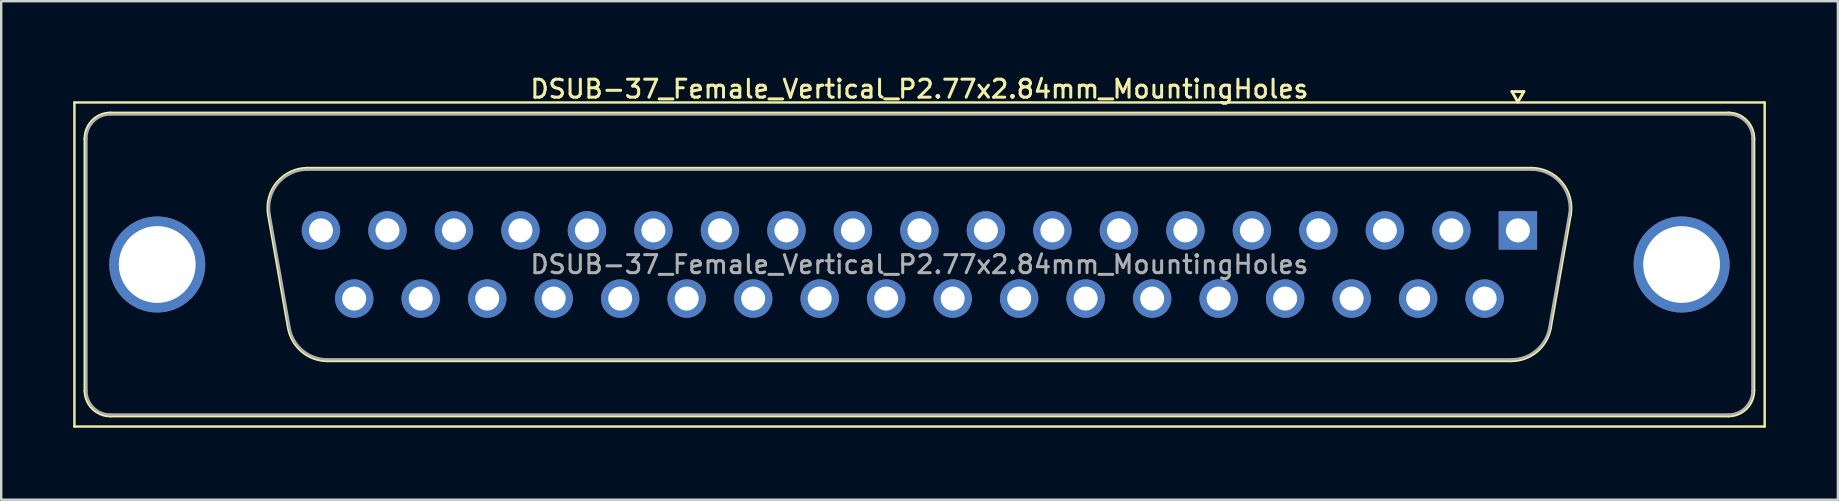
<source format=kicad_pcb>
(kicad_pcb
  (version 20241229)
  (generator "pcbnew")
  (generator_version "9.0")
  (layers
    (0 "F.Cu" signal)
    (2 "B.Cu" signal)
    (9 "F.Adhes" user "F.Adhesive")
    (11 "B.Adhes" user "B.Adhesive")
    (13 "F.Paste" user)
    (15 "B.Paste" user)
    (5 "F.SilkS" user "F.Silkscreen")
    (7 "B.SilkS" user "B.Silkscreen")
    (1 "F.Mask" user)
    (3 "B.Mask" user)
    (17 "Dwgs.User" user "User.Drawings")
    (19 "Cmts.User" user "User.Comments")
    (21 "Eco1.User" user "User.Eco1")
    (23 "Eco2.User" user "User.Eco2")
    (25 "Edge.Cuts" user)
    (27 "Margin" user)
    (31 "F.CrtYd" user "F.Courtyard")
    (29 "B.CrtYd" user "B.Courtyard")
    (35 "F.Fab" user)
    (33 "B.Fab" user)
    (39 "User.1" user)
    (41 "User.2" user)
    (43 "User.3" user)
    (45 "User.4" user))
  (footprint "DSUB-37_Female_Vertical_P2.77x2.84mm_MountingHoles"
    (layer "F.Cu")
    (at 60.18 6.548)
    (property "Reference" "DSUB-37_Female_Vertical_P2.77x2.84mm_MountingHoles" (at -24.93 -5.89 0) (layer "F.SilkS") (effects (font (size 0.75 0.75) (thickness 0.125))))
    (attr through_hole)
    (fp_line (start -60.13 -5.33) (end -60.13 8.17) (stroke (width 0.1) (type solid)) (layer "F.SilkS"))
    (fp_line (start -60.13 8.17) (end 10.28 8.17) (stroke (width 0.1) (type solid)) (layer "F.SilkS"))
    (fp_line (start -59.69 6.67) (end -59.69 -3.83) (stroke (width 0.12) (type solid)) (layer "F.SilkS"))
    (fp_line (start -58.63 -4.89) (end 8.77 -4.89) (stroke (width 0.12) (type solid)) (layer "F.SilkS"))
    (fp_line (start -52.046 -0.642) (end -51.218 4.058) (stroke (width 0.12) (type solid)) (layer "F.SilkS"))
    (fp_line (start -50.412 -2.59) (end 0.552 -2.59) (stroke (width 0.12) (type solid)) (layer "F.SilkS"))
    (fp_line (start -49.583 5.43) (end -0.277 5.43) (stroke (width 0.12) (type solid)) (layer "F.SilkS"))
    (fp_line (start -0.25 -5.784) (end 0.25 -5.784) (stroke (width 0.12) (type solid)) (layer "F.SilkS"))
    (fp_line (start 0 -5.351) (end -0.25 -5.784) (stroke (width 0.12) (type solid)) (layer "F.SilkS"))
    (fp_line (start 0.25 -5.784) (end 0 -5.351) (stroke (width 0.12) (type solid)) (layer "F.SilkS"))
    (fp_line (start 2.186 -0.642) (end 1.358 4.058) (stroke (width 0.12) (type solid)) (layer "F.SilkS"))
    (fp_line (start 8.77 7.73) (end -58.63 7.73) (stroke (width 0.12) (type solid)) (layer "F.SilkS"))
    (fp_line (start 9.83 -3.83) (end 9.83 6.67) (stroke (width 0.12) (type solid)) (layer "F.SilkS"))
    (fp_line (start 10.28 -5.33) (end -60.13 -5.33) (stroke (width 0.1) (type solid)) (layer "F.SilkS"))
    (fp_line (start 10.28 8.17) (end 10.28 -5.33) (stroke (width 0.1) (type solid)) (layer "F.SilkS"))
    (fp_arc (start -59.69 -3.83) (mid -59.379533 -4.579533) (end -58.63 -4.89) (stroke (width 0.12) (type solid)) (layer "F.SilkS"))
    (fp_arc (start -58.63 7.73) (mid -59.379533 7.419533) (end -59.69 6.67) (stroke (width 0.12) (type solid)) (layer "F.SilkS"))
    (fp_arc (start -52.04647 -0.641744) (mid -51.683323 -1.997027) (end -50.411689 -2.59) (stroke (width 0.12) (type solid)) (layer "F.SilkS"))
    (fp_arc (start -49.582952 5.43) (mid -50.64998 5.041634) (end -51.217733 4.058256) (stroke (width 0.12) (type solid)) (layer "F.SilkS"))
    (fp_arc (start 0.551689 -2.59) (mid 1.823323 -1.997027) (end 2.18647 -0.641744) (stroke (width 0.12) (type solid)) (layer "F.SilkS"))
    (fp_arc (start 1.357733 4.058256) (mid 0.78998 5.041634) (end -0.277048 5.43) (stroke (width 0.12) (type solid)) (layer "F.SilkS"))
    (fp_arc (start 8.77 -4.89) (mid 9.519533 -4.579533) (end 9.83 -3.83) (stroke (width 0.12) (type solid)) (layer "F.SilkS"))
    (fp_arc (start 9.83 6.67) (mid 9.519533 7.419533) (end 8.77 7.73) (stroke (width 0.12) (type solid)) (layer "F.SilkS"))
    (fp_line (start -59.63 6.67) (end -59.63 -3.83) (stroke (width 0.1) (type solid)) (layer "F.Fab"))
    (fp_line (start -58.63 -4.83) (end 8.77 -4.83) (stroke (width 0.1) (type solid)) (layer "F.Fab"))
    (fp_line (start -51.999 -0.652) (end -51.17 4.048) (stroke (width 0.1) (type solid)) (layer "F.Fab"))
    (fp_line (start -50.423 -2.53) (end 0.563 -2.53) (stroke (width 0.1) (type solid)) (layer "F.Fab"))
    (fp_line (start -49.594 5.37) (end -0.266 5.37) (stroke (width 0.1) (type solid)) (layer "F.Fab"))
    (fp_line (start 2.139 -0.652) (end 1.31 4.048) (stroke (width 0.1) (type solid)) (layer "F.Fab"))
    (fp_line (start 8.77 7.67) (end -58.63 7.67) (stroke (width 0.1) (type solid)) (layer "F.Fab"))
    (fp_line (start 9.77 -3.83) (end 9.77 6.67) (stroke (width 0.1) (type solid)) (layer "F.Fab"))
    (fp_arc (start -59.63 -3.83) (mid -59.337107 -4.537107) (end -58.63 -4.83) (stroke (width 0.1) (type solid)) (layer "F.Fab"))
    (fp_arc (start -58.63 7.67) (mid -59.337107 7.377107) (end -59.63 6.67) (stroke (width 0.1) (type solid)) (layer "F.Fab"))
    (fp_arc (start -51.998887 -0.652163) (mid -51.648865 -1.95846) (end -50.423194 -2.53) (stroke (width 0.1) (type solid)) (layer "F.Fab"))
    (fp_arc (start -49.594457 5.37) (mid -50.622918 4.995671) (end -51.17015 4.047837) (stroke (width 0.1) (type solid)) (layer "F.Fab"))
    (fp_arc (start 0.563194 -2.53) (mid 1.788865 -1.95846) (end 2.138887 -0.652163) (stroke (width 0.1) (type solid)) (layer "F.Fab"))
    (fp_arc (start 1.31015 4.047837) (mid 0.762918 4.995671) (end -0.265543 5.37) (stroke (width 0.1) (type solid)) (layer "F.Fab"))
    (fp_arc (start 8.77 -4.83) (mid 9.477107 -4.537107) (end 9.77 -3.83) (stroke (width 0.1) (type solid)) (layer "F.Fab"))
    (fp_arc (start 9.77 6.67) (mid 9.477107 7.377107) (end 8.77 7.67) (stroke (width 0.1) (type solid)) (layer "F.Fab"))
    (fp_text user "${REFERENCE}" (at -24.93 1.42 0) (layer "F.Fab") (effects (font (size 0.75 0.75) (thickness 0.125))))
    (pad "0" thru_hole circle (at -56.68 1.42) (size 4 4) (drill 3.2) (layers "*.Cu" "*.Mask"))
    (pad "0" thru_hole circle (at 6.82 1.42) (size 4 4) (drill 3.2) (layers "*.Cu" "*.Mask"))
    (pad "1" thru_hole rect (at 0 0) (size 1.6 1.6) (drill 1) (layers "*.Cu" "*.Mask"))
    (pad "2" thru_hole circle (at -2.77 0) (size 1.6 1.6) (drill 1) (layers "*.Cu" "*.Mask"))
    (pad "3" thru_hole circle (at -5.54 0) (size 1.6 1.6) (drill 1) (layers "*.Cu" "*.Mask"))
    (pad "4" thru_hole circle (at -8.31 0) (size 1.6 1.6) (drill 1) (layers "*.Cu" "*.Mask"))
    (pad "5" thru_hole circle (at -11.08 0) (size 1.6 1.6) (drill 1) (layers "*.Cu" "*.Mask"))
    (pad "6" thru_hole circle (at -13.85 0) (size 1.6 1.6) (drill 1) (layers "*.Cu" "*.Mask"))
    (pad "7" thru_hole circle (at -16.62 0) (size 1.6 1.6) (drill 1) (layers "*.Cu" "*.Mask"))
    (pad "8" thru_hole circle (at -19.39 0) (size 1.6 1.6) (drill 1) (layers "*.Cu" "*.Mask"))
    (pad "9" thru_hole circle (at -22.16 0) (size 1.6 1.6) (drill 1) (layers "*.Cu" "*.Mask"))
    (pad "10" thru_hole circle (at -24.93 0) (size 1.6 1.6) (drill 1) (layers "*.Cu" "*.Mask"))
    (pad "11" thru_hole circle (at -27.7 0) (size 1.6 1.6) (drill 1) (layers "*.Cu" "*.Mask"))
    (pad "12" thru_hole circle (at -30.47 0) (size 1.6 1.6) (drill 1) (layers "*.Cu" "*.Mask"))
    (pad "13" thru_hole circle (at -33.24 0) (size 1.6 1.6) (drill 1) (layers "*.Cu" "*.Mask"))
    (pad "14" thru_hole circle (at -36.01 0) (size 1.6 1.6) (drill 1) (layers "*.Cu" "*.Mask"))
    (pad "15" thru_hole circle (at -38.78 0) (size 1.6 1.6) (drill 1) (layers "*.Cu" "*.Mask"))
    (pad "16" thru_hole circle (at -41.55 0) (size 1.6 1.6) (drill 1) (layers "*.Cu" "*.Mask"))
    (pad "17" thru_hole circle (at -44.32 0) (size 1.6 1.6) (drill 1) (layers "*.Cu" "*.Mask"))
    (pad "18" thru_hole circle (at -47.09 0) (size 1.6 1.6) (drill 1) (layers "*.Cu" "*.Mask"))
    (pad "19" thru_hole circle (at -49.86 0) (size 1.6 1.6) (drill 1) (layers "*.Cu" "*.Mask"))
    (pad "20" thru_hole circle (at -1.385 2.84) (size 1.6 1.6) (drill 1) (layers "*.Cu" "*.Mask"))
    (pad "21" thru_hole circle (at -4.155 2.84) (size 1.6 1.6) (drill 1) (layers "*.Cu" "*.Mask"))
    (pad "22" thru_hole circle (at -6.925 2.84) (size 1.6 1.6) (drill 1) (layers "*.Cu" "*.Mask"))
    (pad "23" thru_hole circle (at -9.695 2.84) (size 1.6 1.6) (drill 1) (layers "*.Cu" "*.Mask"))
    (pad "24" thru_hole circle (at -12.465 2.84) (size 1.6 1.6) (drill 1) (layers "*.Cu" "*.Mask"))
    (pad "25" thru_hole circle (at -15.235 2.84) (size 1.6 1.6) (drill 1) (layers "*.Cu" "*.Mask"))
    (pad "26" thru_hole circle (at -18.005 2.84) (size 1.6 1.6) (drill 1) (layers "*.Cu" "*.Mask"))
    (pad "27" thru_hole circle (at -20.775 2.84) (size 1.6 1.6) (drill 1) (layers "*.Cu" "*.Mask"))
    (pad "28" thru_hole circle (at -23.545 2.84) (size 1.6 1.6) (drill 1) (layers "*.Cu" "*.Mask"))
    (pad "29" thru_hole circle (at -26.315 2.84) (size 1.6 1.6) (drill 1) (layers "*.Cu" "*.Mask"))
    (pad "30" thru_hole circle (at -29.085 2.84) (size 1.6 1.6) (drill 1) (layers "*.Cu" "*.Mask"))
    (pad "31" thru_hole circle (at -31.855 2.84) (size 1.6 1.6) (drill 1) (layers "*.Cu" "*.Mask"))
    (pad "32" thru_hole circle (at -34.625 2.84) (size 1.6 1.6) (drill 1) (layers "*.Cu" "*.Mask"))
    (pad "33" thru_hole circle (at -37.395 2.84) (size 1.6 1.6) (drill 1) (layers "*.Cu" "*.Mask"))
    (pad "34" thru_hole circle (at -40.165 2.84) (size 1.6 1.6) (drill 1) (layers "*.Cu" "*.Mask"))
    (pad "35" thru_hole circle (at -42.935 2.84) (size 1.6 1.6) (drill 1) (layers "*.Cu" "*.Mask"))
    (pad "36" thru_hole circle (at -45.705 2.84) (size 1.6 1.6) (drill 1) (layers "*.Cu" "*.Mask"))
    (pad "37" thru_hole circle (at -48.475 2.84) (size 1.6 1.6) (drill 1) (layers "*.Cu" "*.Mask")))
  (gr_rect
    (start -3 -3)
    (end 73.51 17.768)
    (stroke (width 0.1) (type default))
    (fill no)
    (layer "Edge.Cuts")))
</source>
